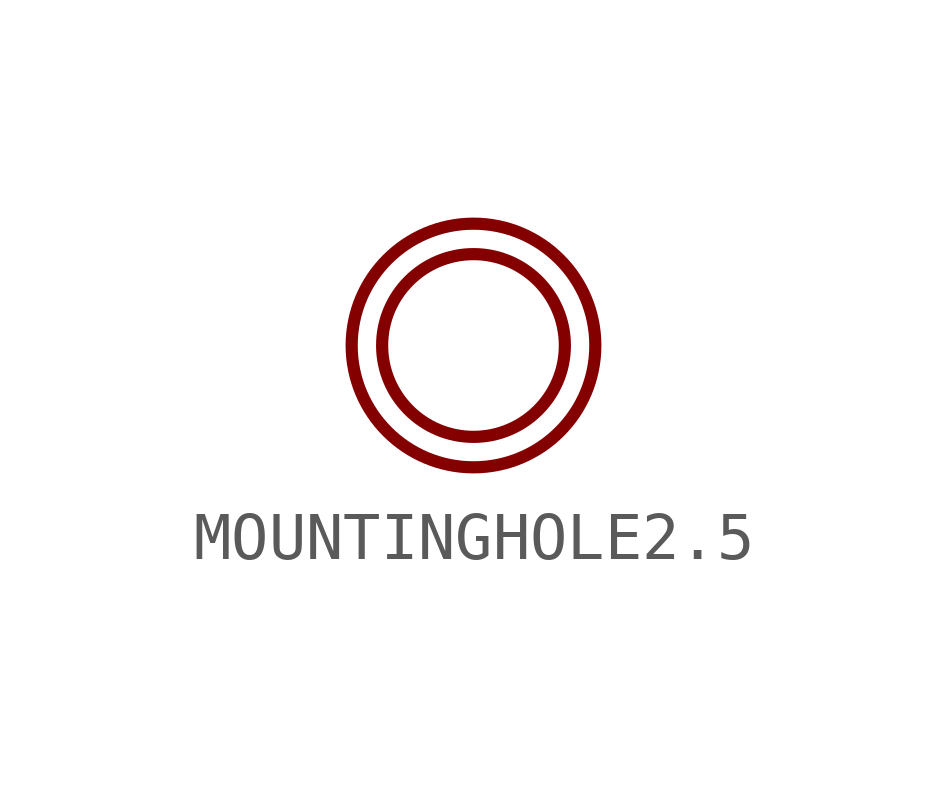
<source format=kicad_sym>
(kicad_symbol_lib
  (version 20220914)
  (generator kicad_symbol_editor)
  (symbol "MOUNTINGHOLE2.5"
    (property "Reference" "U$10"
      (at 0 0 0)
      (effects (font (size 1.27 1.27)) hide))
    (property "ki_locked" ""
      (at 0 0 0)
      (effects (font (size 1.27 1.27))))
    (symbol "MOUNTINGHOLE2.5_1_0"
      (circle (center 0 0) (radius 1.905) (stroke (width 0.254) (type solid)) (fill (type none)))
      (circle (center 0 0) (radius 2.54) (stroke (width 0.254) (type solid)) (fill (type none))))))
</source>
